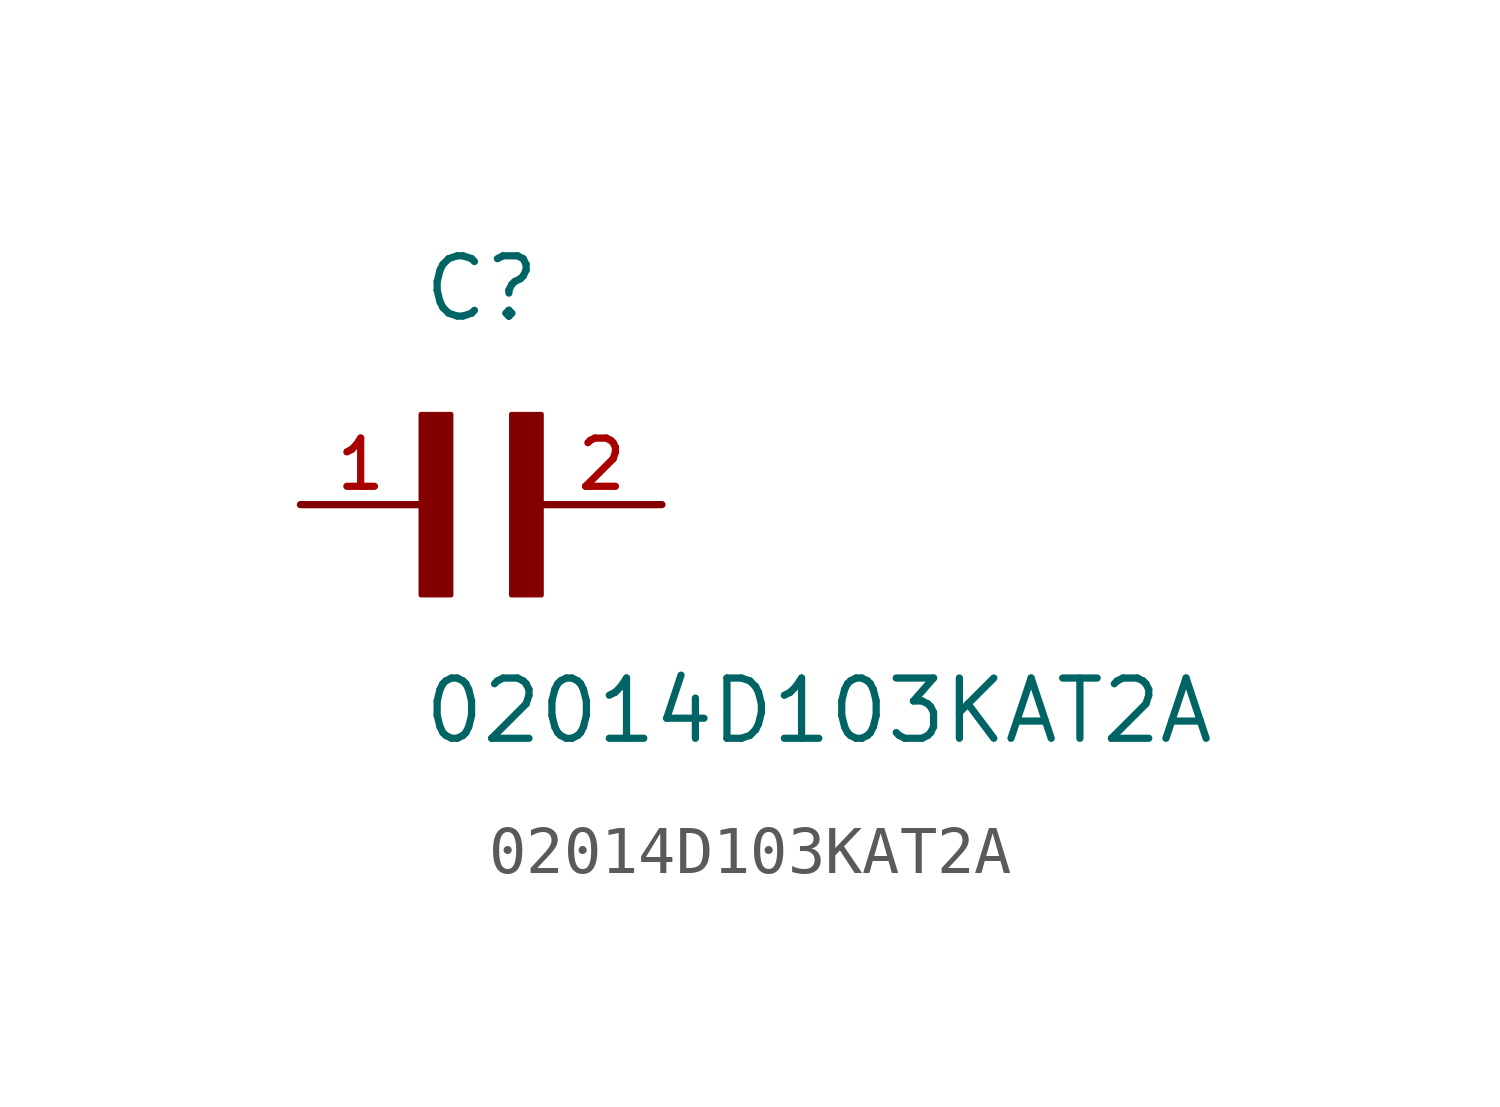
<source format=kicad_sym>
(kicad_symbol_lib
  (version 20211014)
  (generator kicad_symbol_editor)
  (symbol "02014D103KAT2A"
    (pin_names
      (offset 1.016))
    (property "Reference" "C"
      (at 0.0 3.811 0)
      (effects (font (size 1.27 1.27)) (justify bottom left)))
    (property "Value" "02014D103KAT2A"
      (at 0.0 -5.088 0)
      (effects (font (size 1.27 1.27)) (justify bottom left)))
    (symbol "02014D103KAT2A_0_0"
      (rectangle (start 0.0 -1.907) (end 0.635 1.905) (stroke (width 0.1)) (fill (type outline)))
      (rectangle (start 1.907 -1.907) (end 2.54 1.905) (stroke (width 0.1)) (fill (type outline)))
      (pin passive line (at 5.08 0.0 180.0) (length 2.54) (name "~" (effects (font (size 1.016 1.016)))) (number "2" (effects (font (size 1.016 1.016)))))
      (pin passive line (at -2.54 0.0 0) (length 2.54) (name "~" (effects (font (size 1.016 1.016)))) (number "1" (effects (font (size 1.016 1.016))))))))
</source>
